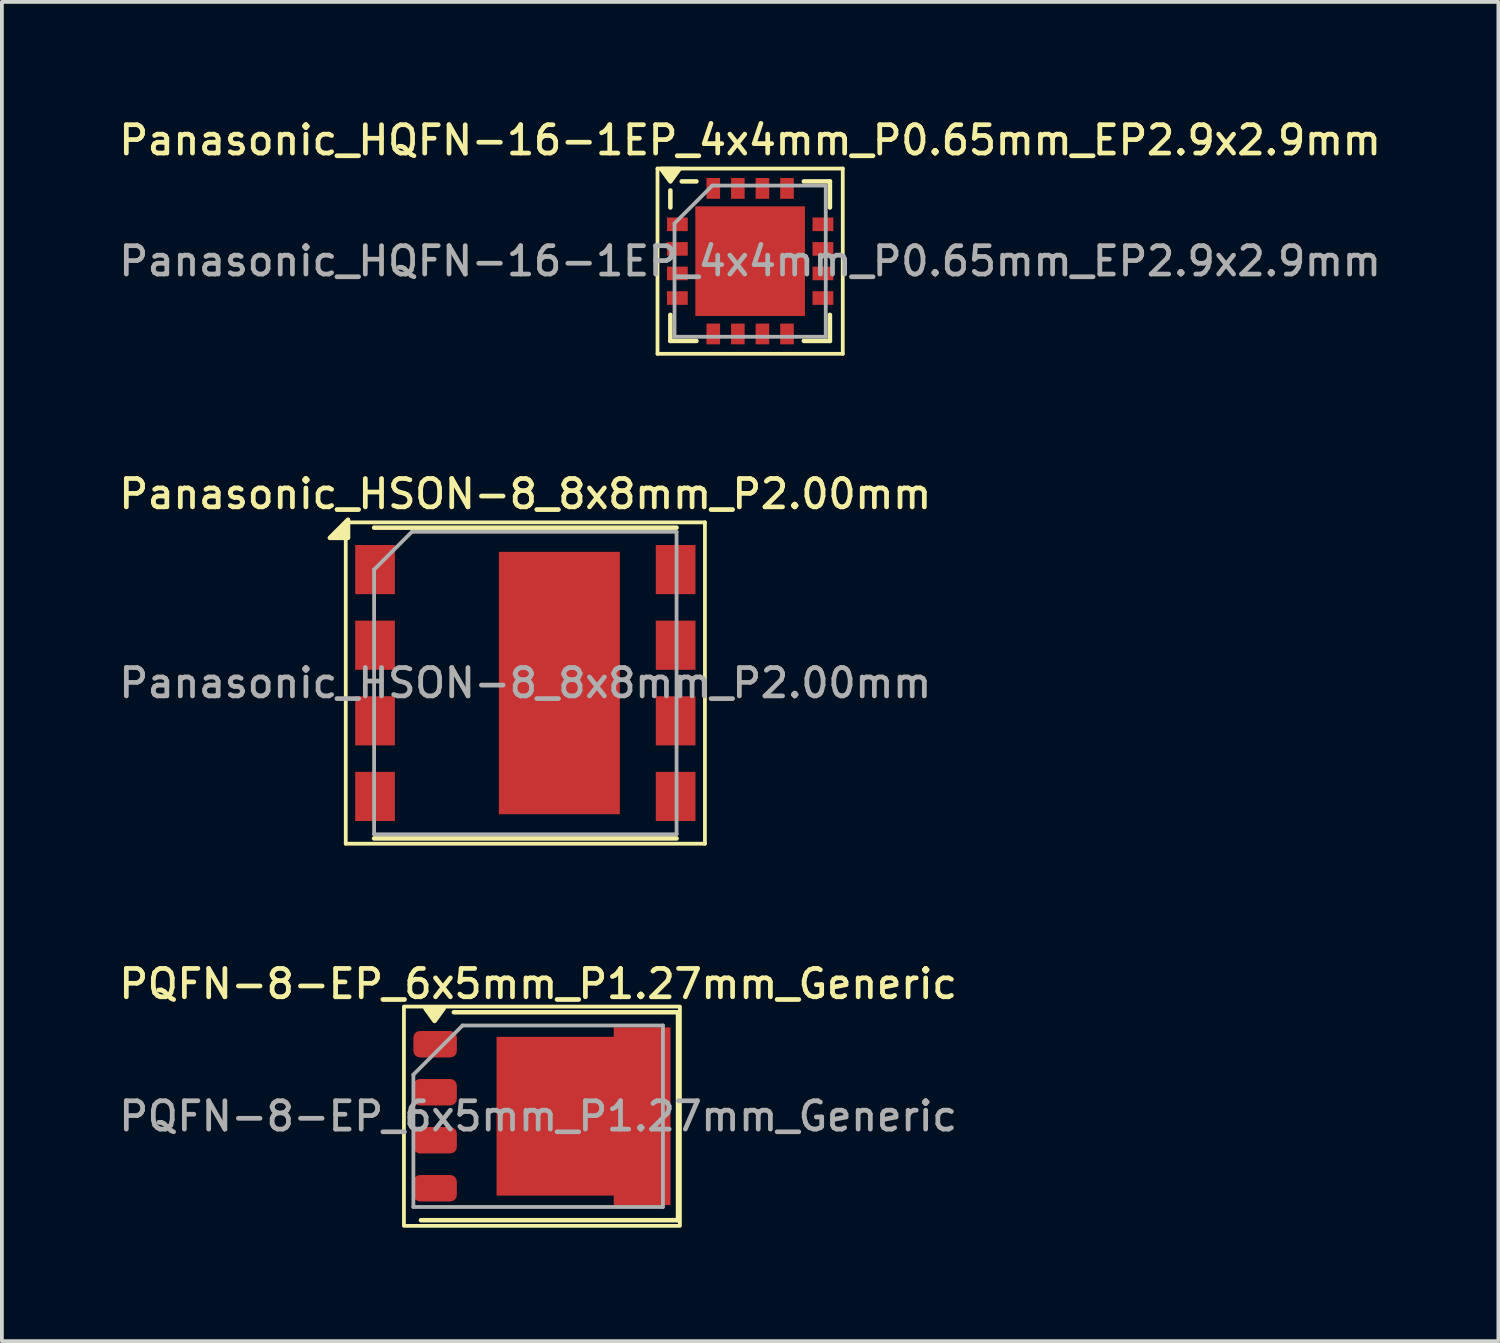
<source format=kicad_pcb>
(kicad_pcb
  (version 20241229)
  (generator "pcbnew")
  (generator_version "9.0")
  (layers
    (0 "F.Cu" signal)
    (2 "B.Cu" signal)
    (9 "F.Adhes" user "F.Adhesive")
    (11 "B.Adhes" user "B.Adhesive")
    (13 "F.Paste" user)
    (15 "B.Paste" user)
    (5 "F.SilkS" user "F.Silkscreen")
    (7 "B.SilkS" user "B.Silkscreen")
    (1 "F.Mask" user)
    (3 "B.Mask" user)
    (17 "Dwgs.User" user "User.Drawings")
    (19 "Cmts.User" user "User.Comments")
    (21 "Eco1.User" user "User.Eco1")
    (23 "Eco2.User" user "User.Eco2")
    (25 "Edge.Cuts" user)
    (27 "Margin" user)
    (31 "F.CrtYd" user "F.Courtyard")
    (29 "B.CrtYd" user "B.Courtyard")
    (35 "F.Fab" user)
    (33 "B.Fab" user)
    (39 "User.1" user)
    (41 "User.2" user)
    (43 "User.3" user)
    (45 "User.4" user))
  (footprint "Panasonic_HSON-8_8x8mm_P2.00mm"
    (layer "F.Cu")
    (at 10.845 15.016)
    (property "Reference" "Panasonic_HSON-8_8x8mm_P2.00mm" (at 0 -5 0) (layer "F.SilkS") (effects (font (size 0.75 0.75) (thickness 0.125))))
    (attr smd)
    (fp_line (start -4.75 -4.25) (end 4.75 -4.25) (stroke (width 0.1) (type solid)) (layer "F.SilkS"))
    (fp_line (start -4.75 4.25) (end -4.75 -4.25) (stroke (width 0.1) (type solid)) (layer "F.SilkS"))
    (fp_line (start -4.75 4.25) (end 4.75 4.25) (stroke (width 0.1) (type solid)) (layer "F.SilkS"))
    (fp_line (start 4 -4.11) (end -4 -4.11) (stroke (width 0.12) (type solid)) (layer "F.SilkS"))
    (fp_line (start 4 4.11) (end -4 4.11) (stroke (width 0.12) (type solid)) (layer "F.SilkS"))
    (fp_line (start 4.75 -4.25) (end 4.75 4.25) (stroke (width 0.1) (type solid)) (layer "F.SilkS"))
    (fp_poly (pts (xy -4.69 -3.84) (xy -5.17 -3.84) (xy -4.69 -4.32) (xy -4.69 -3.84)) (stroke (width 0.12) (type solid)) (fill yes) (layer "F.SilkS"))
    (fp_line (start -4 4) (end -4 -3) (stroke (width 0.1) (type solid)) (layer "F.Fab"))
    (fp_line (start -3 -4) (end -4 -3) (stroke (width 0.1) (type solid)) (layer "F.Fab"))
    (fp_line (start -3 -4) (end 4 -4) (stroke (width 0.1) (type solid)) (layer "F.Fab"))
    (fp_line (start 4 -4) (end 4 4) (stroke (width 0.1) (type solid)) (layer "F.Fab"))
    (fp_line (start 4 4) (end -4 4) (stroke (width 0.1) (type solid)) (layer "F.Fab"))
    (fp_text user "${REFERENCE}" (at 0 0 0) (layer "F.Fab") (effects (font (size 0.75 0.75) (thickness 0.125))))
    (pad "" smd rect (at -4 -3) (size 1 1.3) (layers "F.Paste"))
    (pad "" smd rect (at -4 -1) (size 1 1.3) (layers "F.Paste"))
    (pad "" smd rect (at -4 1) (size 1 1.3) (layers "F.Paste"))
    (pad "" smd rect (at -4 3) (size 1 1.3) (layers "F.Paste"))
    (pad "" smd rect (at 0.15 -3) (size 0.9 0.9) (layers "F.Paste"))
    (pad "" smd rect (at 0.15 -1.5) (size 0.9 0.9) (layers "F.Paste"))
    (pad "" smd rect (at 0.15 0) (size 0.9 0.9) (layers "F.Paste"))
    (pad "" smd rect (at 0.15 1.5) (size 0.9 0.9) (layers "F.Paste"))
    (pad "" smd rect (at 0.15 3) (size 0.9 0.9) (layers "F.Paste"))
    (pad "" smd rect (at 1.65 -3) (size 0.9 0.9) (layers "F.Paste"))
    (pad "" smd rect (at 1.65 -1.5) (size 0.9 0.9) (layers "F.Paste"))
    (pad "" smd rect (at 1.65 0) (size 0.9 0.9) (layers "F.Paste"))
    (pad "" smd rect (at 1.65 1.5) (size 0.9 0.9) (layers "F.Paste"))
    (pad "" smd rect (at 1.65 3) (size 0.9 0.9) (layers "F.Paste"))
    (pad "" smd rect (at 4 -3) (size 1 1.3) (layers "F.Paste"))
    (pad "" smd rect (at 4 -1) (size 1 1.3) (layers "F.Paste"))
    (pad "" smd rect (at 4 1) (size 1 1.3) (layers "F.Paste"))
    (pad "" smd rect (at 4 3) (size 1 1.3) (layers "F.Paste"))
    (pad "1" smd rect (at -3.975 -3) (size 1.05 1.3) (layers "F.Cu" "F.Mask"))
    (pad "2" smd rect (at -3.975 -1) (size 1.05 1.3) (layers "F.Cu" "F.Mask"))
    (pad "3" smd rect (at -3.975 1) (size 1.05 1.3) (layers "F.Cu" "F.Mask"))
    (pad "4" smd rect (at -3.975 3) (size 1.05 1.3) (layers "F.Cu" "F.Mask"))
    (pad "5" smd rect (at 3.975 3) (size 1.05 1.3) (layers "F.Cu" "F.Mask"))
    (pad "6" smd rect (at 3.975 1) (size 1.05 1.3) (layers "F.Cu" "F.Mask"))
    (pad "7" smd rect (at 3.975 -1) (size 1.05 1.3) (layers "F.Cu" "F.Mask"))
    (pad "8" smd rect (at 3.975 -3) (size 1.05 1.3) (layers "F.Cu" "F.Mask"))
    (pad "9" smd rect (at 0.9 0) (size 3.2 6.94) (layers "F.Cu" "F.Mask")))
  (footprint "Panasonic_HQFN-16-1EP_4x4mm_P0.65mm_EP2.9x2.9mm"
    (layer "F.Cu")
    (at 16.791 3.858)
    (property "Reference" "Panasonic_HQFN-16-1EP_4x4mm_P0.65mm_EP2.9x2.9mm" (at 0 -3.2 0) (layer "F.SilkS") (effects (font (size 0.75 0.75) (thickness 0.125))))
    (attr smd)
    (fp_line (start -2.45 -2.45) (end 2.45 -2.45) (stroke (width 0.1) (type solid)) (layer "F.SilkS"))
    (fp_line (start -2.45 2.45) (end -2.45 -2.45) (stroke (width 0.1) (type solid)) (layer "F.SilkS"))
    (fp_line (start -2.45 2.45) (end 2.45 2.45) (stroke (width 0.1) (type solid)) (layer "F.SilkS"))
    (fp_line (start -2.11 -1.87) (end -2.11 -1.42) (stroke (width 0.12) (type solid)) (layer "F.SilkS"))
    (fp_line (start -2.11 1.42) (end -2.11 2.11) (stroke (width 0.12) (type solid)) (layer "F.SilkS"))
    (fp_line (start -1.42 -2.11) (end -1.81 -2.11) (stroke (width 0.12) (type solid)) (layer "F.SilkS"))
    (fp_line (start -1.42 2.11) (end -2.11 2.11) (stroke (width 0.12) (type solid)) (layer "F.SilkS"))
    (fp_line (start 1.42 -2.11) (end 2.11 -2.11) (stroke (width 0.12) (type solid)) (layer "F.SilkS"))
    (fp_line (start 1.42 2.11) (end 2.11 2.11) (stroke (width 0.12) (type solid)) (layer "F.SilkS"))
    (fp_line (start 2.11 -1.42) (end 2.11 -2.11) (stroke (width 0.12) (type solid)) (layer "F.SilkS"))
    (fp_line (start 2.11 1.42) (end 2.11 2.11) (stroke (width 0.12) (type solid)) (layer "F.SilkS"))
    (fp_line (start 2.45 -2.45) (end 2.45 2.45) (stroke (width 0.1) (type solid)) (layer "F.SilkS"))
    (fp_poly (pts (xy -2.11 -2.11) (xy -2.35 -2.44) (xy -1.87 -2.44) (xy -2.11 -2.11)) (stroke (width 0.12) (type solid)) (fill yes) (layer "F.SilkS"))
    (fp_line (start -2 2) (end -2 -1) (stroke (width 0.1) (type solid)) (layer "F.Fab"))
    (fp_line (start -1 -2) (end -2 -1) (stroke (width 0.1) (type solid)) (layer "F.Fab"))
    (fp_line (start -1 -2) (end 2 -2) (stroke (width 0.1) (type solid)) (layer "F.Fab"))
    (fp_line (start 2 -2) (end 2 2) (stroke (width 0.1) (type solid)) (layer "F.Fab"))
    (fp_line (start 2 2) (end -2 2) (stroke (width 0.1) (type solid)) (layer "F.Fab"))
    (fp_text user "${REFERENCE}" (at 0 0 0) (layer "F.Fab") (effects (font (size 0.75 0.75) (thickness 0.125))))
    (pad "" smd rect (at -1.95 -0.975) (size 0.5 0.36) (layers "F.Paste"))
    (pad "" smd rect (at -1.95 -0.325) (size 0.5 0.36) (layers "F.Paste"))
    (pad "" smd rect (at -1.95 0.325) (size 0.5 0.36) (layers "F.Paste"))
    (pad "" smd rect (at -1.95 0.975) (size 0.5 0.36) (layers "F.Paste"))
    (pad "" smd rect (at -0.975 -1.95) (size 0.36 0.5) (layers "F.Paste"))
    (pad "" smd rect (at -0.975 1.95) (size 0.36 0.5) (layers "F.Paste"))
    (pad "" smd rect (at -0.725 -0.725) (size 1.05 1.05) (layers "F.Paste"))
    (pad "" smd rect (at -0.725 0.725) (size 1.05 1.05) (layers "F.Paste"))
    (pad "" smd rect (at -0.325 -1.95) (size 0.36 0.5) (layers "F.Paste"))
    (pad "" smd rect (at -0.325 1.95) (size 0.36 0.5) (layers "F.Paste"))
    (pad "" smd rect (at 0.325 -1.95) (size 0.36 0.5) (layers "F.Paste"))
    (pad "" smd rect (at 0.325 1.95) (size 0.36 0.5) (layers "F.Paste"))
    (pad "" smd rect (at 0.725 -0.725) (size 1.05 1.05) (layers "F.Paste"))
    (pad "" smd rect (at 0.725 0.725) (size 1.05 1.05) (layers "F.Paste"))
    (pad "" smd rect (at 0.975 -1.95) (size 0.36 0.5) (layers "F.Paste"))
    (pad "" smd rect (at 0.975 1.95) (size 0.36 0.5) (layers "F.Paste"))
    (pad "" smd rect (at 1.95 -0.975) (size 0.5 0.36) (layers "F.Paste"))
    (pad "" smd rect (at 1.95 -0.325) (size 0.5 0.36) (layers "F.Paste"))
    (pad "" smd rect (at 1.95 0.325) (size 0.5 0.36) (layers "F.Paste"))
    (pad "" smd rect (at 1.95 0.975) (size 0.5 0.36) (layers "F.Paste"))
    (pad "1" smd rect (at -1.925 -0.975) (size 0.55 0.36) (layers "F.Cu" "F.Mask"))
    (pad "2" smd rect (at -1.925 -0.325) (size 0.55 0.36) (layers "F.Cu" "F.Mask"))
    (pad "3" smd rect (at -1.925 0.325) (size 0.55 0.36) (layers "F.Cu" "F.Mask"))
    (pad "4" smd rect (at -1.925 0.975) (size 0.55 0.36) (layers "F.Cu" "F.Mask"))
    (pad "5" smd rect (at -0.975 1.925) (size 0.36 0.55) (layers "F.Cu" "F.Mask"))
    (pad "6" smd rect (at -0.325 1.925) (size 0.36 0.55) (layers "F.Cu" "F.Mask"))
    (pad "7" smd rect (at 0.325 1.925) (size 0.36 0.55) (layers "F.Cu" "F.Mask"))
    (pad "8" smd rect (at 0.975 1.925) (size 0.36 0.55) (layers "F.Cu" "F.Mask"))
    (pad "9" smd rect (at 1.925 0.975) (size 0.55 0.36) (layers "F.Cu" "F.Mask"))
    (pad "10" smd rect (at 1.925 0.325) (size 0.55 0.36) (layers "F.Cu" "F.Mask"))
    (pad "11" smd rect (at 1.925 -0.325) (size 0.55 0.36) (layers "F.Cu" "F.Mask"))
    (pad "12" smd rect (at 1.925 -0.975) (size 0.55 0.36) (layers "F.Cu" "F.Mask"))
    (pad "13" smd rect (at 0.975 -1.925) (size 0.36 0.55) (layers "F.Cu" "F.Mask"))
    (pad "14" smd rect (at 0.325 -1.925) (size 0.36 0.55) (layers "F.Cu" "F.Mask"))
    (pad "15" smd rect (at -0.325 -1.925) (size 0.36 0.55) (layers "F.Cu" "F.Mask"))
    (pad "16" smd rect (at -0.975 -1.925) (size 0.36 0.55) (layers "F.Cu" "F.Mask"))
    (pad "17" smd rect (at 0 0) (size 2.9 2.9) (layers "F.Cu" "F.Mask")))
  (footprint "PQFN-8-EP_6x5mm_P1.27mm_Generic"
    (layer "F.Cu")
    (at 11.184 26.474)
    (property "Reference" "PQFN-8-EP_6x5mm_P1.27mm_Generic" (at 0 -3.5 0) (layer "F.SilkS") (effects (font (size 0.75 0.75) (thickness 0.125))))
    (attr smd)
    (fp_line (start -3.1 2.75) (end 3.7 2.75) (stroke (width 0.12) (type solid)) (layer "F.SilkS"))
    (fp_line (start 3.7 -2.75) (end -2.23 -2.75) (stroke (width 0.12) (type solid)) (layer "F.SilkS"))
    (fp_line (start 3.7 2.75) (end 3.7 -2.75) (stroke (width 0.12) (type solid)) (layer "F.SilkS"))
    (fp_rect (start -3.55 -2.9) (end 3.75 2.9) (stroke (width 0.1) (type solid)) (fill no) (layer "F.SilkS"))
    (fp_poly (pts (xy -2.74 -2.52) (xy -2.98 -2.85) (xy -2.5 -2.85) (xy -2.74 -2.52)) (stroke (width 0.12) (type solid)) (fill yes) (layer "F.SilkS"))
    (fp_line (start -3.3 -1.1) (end -3.3 2.4) (stroke (width 0.1) (type solid)) (layer "F.Fab"))
    (fp_line (start -3.3 -1.1) (end -2 -2.4) (stroke (width 0.1) (type solid)) (layer "F.Fab"))
    (fp_line (start -3.3 2.4) (end 3.3 2.4) (stroke (width 0.1) (type solid)) (layer "F.Fab"))
    (fp_line (start 3.3 -2.4) (end -2 -2.4) (stroke (width 0.1) (type solid)) (layer "F.Fab"))
    (fp_line (start 3.3 2.4) (end 3.3 -2.4) (stroke (width 0.1) (type solid)) (layer "F.Fab"))
    (fp_text user "${REFERENCE}" (at 0 0 180) (layer "F.Fab") (effects (font (size 0.75 0.75) (thickness 0.125))))
    (pad "" smd rect (at -0.55 -1.15 90) (size 0.9 0.6) (layers "F.Paste"))
    (pad "" smd rect (at -0.55 0 90) (size 0.9 0.6) (layers "F.Paste"))
    (pad "" smd rect (at -0.55 1.15 90) (size 0.9 0.6) (layers "F.Paste"))
    (pad "" smd rect (at 0.3 -1.15 90) (size 0.9 0.6) (layers "F.Paste"))
    (pad "" smd rect (at 0.3 0 90) (size 0.9 0.6) (layers "F.Paste"))
    (pad "" smd rect (at 0.3 1.15 90) (size 0.9 0.6) (layers "F.Paste"))
    (pad "" smd rect (at 1.15 -1.15 90) (size 0.9 0.6) (layers "F.Paste"))
    (pad "" smd rect (at 1.15 0 90) (size 0.9 0.6) (layers "F.Paste"))
    (pad "" smd rect (at 1.15 1.15 90) (size 0.9 0.6) (layers "F.Paste"))
    (pad "" smd rect (at 2 -1.15 90) (size 0.9 0.6) (layers "F.Paste"))
    (pad "" smd rect (at 2 0 90) (size 0.9 0.6) (layers "F.Paste"))
    (pad "" smd rect (at 2 1.15 90) (size 0.9 0.6) (layers "F.Paste"))
    (pad "" smd rect (at 3 -1.905 90) (size 0.6 0.9) (layers "F.Paste"))
    (pad "" smd rect (at 3 -0.635 90) (size 0.6 0.9) (layers "F.Paste"))
    (pad "" smd rect (at 3 0.635 90) (size 0.6 0.9) (layers "F.Paste"))
    (pad "" smd rect (at 3 1.905 90) (size 0.6 0.9) (layers "F.Paste"))
    (pad "1" smd roundrect (at -2.725 -1.905 90) (size 0.7 1.15) (layers "F.Cu" "F.Mask" "F.Paste") (roundrect_rratio 0.25))
    (pad "2" smd roundrect (at -2.725 -0.635 90) (size 0.7 1.15) (layers "F.Cu" "F.Mask" "F.Paste") (roundrect_rratio 0.25))
    (pad "3" smd roundrect (at -2.725 0.635 90) (size 0.7 1.15) (layers "F.Cu" "F.Mask" "F.Paste") (roundrect_rratio 0.25))
    (pad "4" smd roundrect (at -2.725 1.905 90) (size 0.7 1.15) (layers "F.Cu" "F.Mask" "F.Paste") (roundrect_rratio 0.25))
    (pad "5" smd custom (at 0 0 90) (size 4 2) (layers "F.Cu" "F.Mask") (options (anchor rect)) (primitives (gr_poly (pts (xy -2.35 3.5) (xy 2.35 3.5) (xy 2.35 2) (xy 2.1 2) (xy 2.1 -1.1) (xy -2.1 -1.1) (xy -2.1 2) (xy -2.35 2)) (width 0) (fill yes)))))
  (gr_rect
    (start -3 -3)
    (end 36.582 32.424)
    (stroke (width 0.1) (type default))
    (fill no)
    (layer "Edge.Cuts")))
</source>
